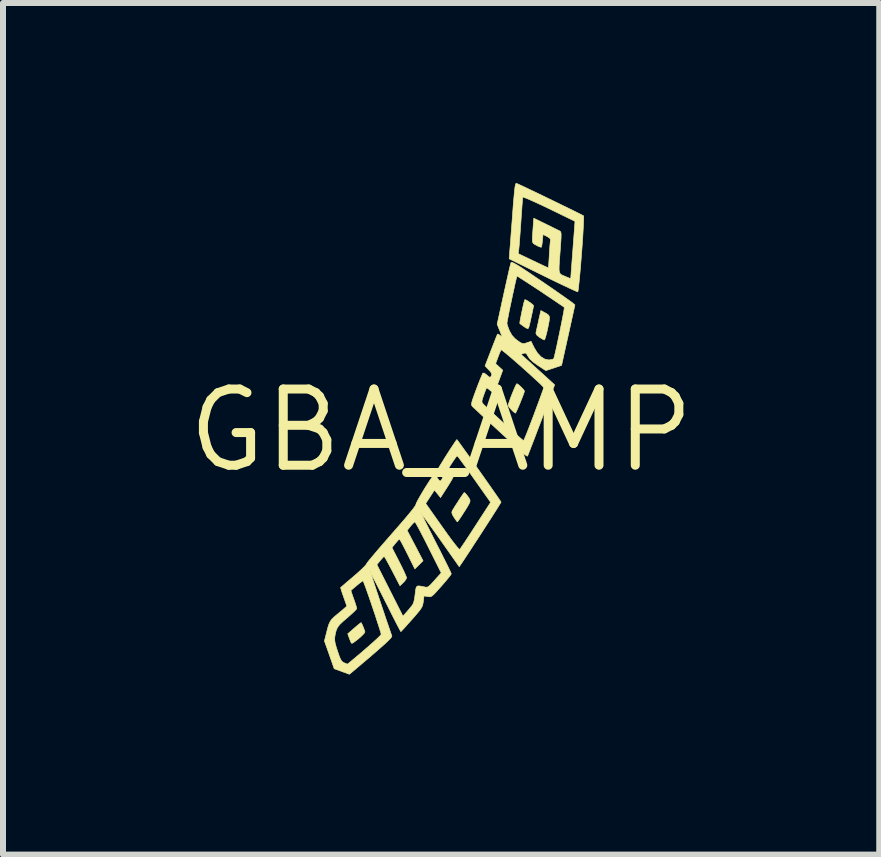
<source format=kicad_pcb>
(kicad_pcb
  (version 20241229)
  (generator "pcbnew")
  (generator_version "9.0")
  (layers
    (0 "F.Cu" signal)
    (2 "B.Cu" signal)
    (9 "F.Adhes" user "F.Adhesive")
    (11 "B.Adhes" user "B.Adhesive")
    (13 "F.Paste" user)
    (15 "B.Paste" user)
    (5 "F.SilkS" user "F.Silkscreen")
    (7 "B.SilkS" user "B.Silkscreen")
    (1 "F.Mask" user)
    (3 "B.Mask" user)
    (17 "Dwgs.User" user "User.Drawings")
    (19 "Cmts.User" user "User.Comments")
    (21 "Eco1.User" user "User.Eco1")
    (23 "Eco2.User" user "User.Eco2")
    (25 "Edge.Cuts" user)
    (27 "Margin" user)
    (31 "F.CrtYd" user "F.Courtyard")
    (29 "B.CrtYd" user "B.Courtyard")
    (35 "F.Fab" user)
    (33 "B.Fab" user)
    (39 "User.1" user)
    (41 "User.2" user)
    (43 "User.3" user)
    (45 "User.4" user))
  (footprint "GBA_AMP"
    (layer "F.Cu")
    (at 4.301 4.123)
    (property "Reference" "GBA_AMP" (at 0 0 0) (layer "F.SilkS") (effects (font (size 1.27 1.27) (thickness 0.15))))
    (attr through_hole)
    (fp_poly (pts (xy -1.316 3.234) (xy -1.297 3.279) (xy -1.28 3.323) (xy -1.27 3.354) (xy -1.27 3.358) (xy -1.282 3.38) (xy -1.314 3.414) (xy -1.349 3.447) (xy -1.411 3.498) (xy -1.452 3.529) (xy -1.477 3.545) (xy -1.491 3.547) (xy -1.498 3.54) (xy -1.509 3.515) (xy -1.526 3.472) (xy -1.532 3.456) (xy -1.556 3.389) (xy -1.446 3.293) (xy -1.396 3.25) (xy -1.357 3.219) (xy -1.335 3.203) (xy -1.332 3.203) (xy -1.316 3.234)) (stroke (width 0.01) (type solid)) (fill yes) (layer "F.SilkS"))
    (fp_poly (pts (xy 1.707 -1.974) (xy 1.754 -1.949) (xy 1.784 -1.928) (xy 1.801 -1.905) (xy 1.806 -1.871) (xy 1.8 -1.821) (xy 1.786 -1.748) (xy 1.777 -1.704) (xy 1.76 -1.628) (xy 1.743 -1.565) (xy 1.729 -1.523) (xy 1.719 -1.508) (xy 1.719 -1.508) (xy 1.696 -1.518) (xy 1.657 -1.541) (xy 1.637 -1.553) (xy 1.595 -1.588) (xy 1.58 -1.617) (xy 1.581 -1.633) (xy 1.588 -1.664) (xy 1.6 -1.719) (xy 1.616 -1.789) (xy 1.625 -1.833) (xy 1.662 -1.998) (xy 1.707 -1.974)) (stroke (width 0.01) (type solid)) (fill yes) (layer "F.SilkS"))
    (fp_poly (pts (xy 1.283 -0.768) (xy 1.316 -0.74) (xy 1.351 -0.706) (xy 1.378 -0.674) (xy 1.389 -0.656) (xy 1.383 -0.633) (xy 1.367 -0.588) (xy 1.344 -0.529) (xy 1.318 -0.463) (xy 1.291 -0.399) (xy 1.267 -0.343) (xy 1.248 -0.303) (xy 1.238 -0.288) (xy 1.238 -0.288) (xy 1.22 -0.299) (xy 1.188 -0.327) (xy 1.172 -0.344) (xy 1.139 -0.38) (xy 1.12 -0.409) (xy 1.117 -0.416) (xy 1.123 -0.444) (xy 1.139 -0.492) (xy 1.161 -0.553) (xy 1.187 -0.619) (xy 1.213 -0.682) (xy 1.236 -0.735) (xy 1.254 -0.769) (xy 1.262 -0.779) (xy 1.283 -0.768)) (stroke (width 0.01) (type solid)) (fill yes) (layer "F.SilkS"))
    (fp_poly (pts (xy 0.396 1.041) (xy 0.421 1.067) (xy 0.449 1.104) (xy 0.474 1.143) (xy 0.475 1.146) (xy 0.482 1.165) (xy 0.48 1.188) (xy 0.467 1.22) (xy 0.44 1.268) (xy 0.398 1.337) (xy 0.387 1.353) (xy 0.345 1.419) (xy 0.309 1.473) (xy 0.283 1.51) (xy 0.271 1.523) (xy 0.258 1.511) (xy 0.234 1.477) (xy 0.215 1.449) (xy 0.187 1.401) (xy 0.178 1.37) (xy 0.183 1.344) (xy 0.188 1.334) (xy 0.204 1.308) (xy 0.232 1.262) (xy 0.269 1.206) (xy 0.307 1.146) (xy 0.343 1.092) (xy 0.371 1.052) (xy 0.383 1.035) (xy 0.396 1.041)) (stroke (width 0.01) (type solid)) (fill yes) (layer "F.SilkS"))
    (fp_poly (pts (xy 1.412 -2.175) (xy 1.444 -2.157) (xy 1.483 -2.131) (xy 1.518 -2.104) (xy 1.539 -2.084) (xy 1.541 -2.08) (xy 1.537 -2.058) (xy 1.528 -2.011) (xy 1.515 -1.95) (xy 1.5 -1.882) (xy 1.486 -1.816) (xy 1.473 -1.761) (xy 1.464 -1.726) (xy 1.463 -1.723) (xy 1.453 -1.701) (xy 1.437 -1.697) (xy 1.407 -1.713) (xy 1.375 -1.734) (xy 1.338 -1.761) (xy 1.314 -1.78) (xy 1.311 -1.782) (xy 1.312 -1.8) (xy 1.318 -1.843) (xy 1.33 -1.903) (xy 1.344 -1.972) (xy 1.359 -2.042) (xy 1.373 -2.105) (xy 1.386 -2.153) (xy 1.394 -2.178) (xy 1.395 -2.179) (xy 1.412 -2.175)) (stroke (width 0.01) (type solid)) (fill yes) (layer "F.SilkS"))
    (fp_poly (pts (xy 1.275 -4.109) (xy 1.321 -4.088) (xy 1.39 -4.056) (xy 1.476 -4.015) (xy 1.575 -3.968) (xy 1.683 -3.916) (xy 1.796 -3.861) (xy 1.91 -3.806) (xy 2.02 -3.752) (xy 2.123 -3.702) (xy 2.213 -3.658) (xy 2.287 -3.621) (xy 2.341 -3.594) (xy 2.37 -3.578) (xy 2.374 -3.576) (xy 2.376 -3.556) (xy 2.375 -3.508) (xy 2.372 -3.435) (xy 2.367 -3.343) (xy 2.361 -3.235) (xy 2.353 -3.116) (xy 2.344 -2.991) (xy 2.334 -2.864) (xy 2.324 -2.74) (xy 2.314 -2.624) (xy 2.304 -2.519) (xy 2.295 -2.431) (xy 2.288 -2.364) (xy 2.281 -2.322) (xy 2.277 -2.31) (xy 2.259 -2.316) (xy 2.213 -2.336) (xy 2.145 -2.367) (xy 2.056 -2.409) (xy 1.951 -2.459) (xy 1.833 -2.516) (xy 1.705 -2.579) (xy 1.697 -2.583) (xy 1.134 -2.86) (xy 1.141 -2.946) (xy 1.285 -2.946) (xy 1.533 -2.828) (xy 1.617 -2.788) (xy 1.689 -2.754) (xy 1.745 -2.728) (xy 1.778 -2.713) (xy 1.786 -2.709) (xy 1.789 -2.725) (xy 1.793 -2.769) (xy 1.797 -2.833) (xy 1.802 -2.912) (xy 1.802 -2.925) (xy 1.808 -3.01) (xy 1.813 -3.083) (xy 1.818 -3.139) (xy 1.822 -3.169) (xy 1.822 -3.17) (xy 1.817 -3.196) (xy 1.783 -3.222) (xy 1.764 -3.233) (xy 1.698 -3.266) (xy 1.689 -3.164) (xy 1.682 -3.109) (xy 1.675 -3.068) (xy 1.67 -3.053) (xy 1.652 -3.056) (xy 1.614 -3.071) (xy 1.589 -3.085) (xy 1.56 -3.1) (xy 1.54 -3.113) (xy 1.528 -3.129) (xy 1.521 -3.153) (xy 1.52 -3.193) (xy 1.523 -3.252) (xy 1.529 -3.336) (xy 1.533 -3.39) (xy 1.544 -3.537) (xy 1.75 -3.436) (xy 1.828 -3.398) (xy 1.896 -3.364) (xy 1.949 -3.338) (xy 1.979 -3.323) (xy 1.982 -3.321) (xy 1.991 -3.312) (xy 1.997 -3.295) (xy 2 -3.265) (xy 1.999 -3.216) (xy 1.995 -3.145) (xy 1.988 -3.045) (xy 1.987 -3.029) (xy 1.977 -2.901) (xy 1.97 -2.802) (xy 1.966 -2.728) (xy 1.966 -2.675) (xy 1.971 -2.639) (xy 1.982 -2.615) (xy 1.998 -2.599) (xy 2.021 -2.587) (xy 2.051 -2.574) (xy 2.062 -2.57) (xy 2.159 -2.528) (xy 2.187 -2.902) (xy 2.196 -3.019) (xy 2.204 -3.13) (xy 2.212 -3.231) (xy 2.218 -3.313) (xy 2.222 -3.369) (xy 2.223 -3.381) (xy 2.231 -3.485) (xy 1.797 -3.696) (xy 1.686 -3.749) (xy 1.585 -3.796) (xy 1.498 -3.835) (xy 1.429 -3.865) (xy 1.382 -3.883) (xy 1.361 -3.889) (xy 1.36 -3.888) (xy 1.358 -3.866) (xy 1.354 -3.816) (xy 1.348 -3.742) (xy 1.342 -3.649) (xy 1.334 -3.542) (xy 1.33 -3.48) (xy 1.322 -3.364) (xy 1.314 -3.255) (xy 1.307 -3.159) (xy 1.301 -3.083) (xy 1.296 -3.032) (xy 1.294 -3.018) (xy 1.285 -2.946) (xy 1.141 -2.946) (xy 1.144 -2.992) (xy 1.148 -3.044) (xy 1.155 -3.123) (xy 1.162 -3.225) (xy 1.171 -3.343) (xy 1.181 -3.472) (xy 1.191 -3.606) (xy 1.192 -3.624) (xy 1.203 -3.77) (xy 1.213 -3.885) (xy 1.221 -3.973) (xy 1.228 -4.037) (xy 1.235 -4.08) (xy 1.242 -4.106) (xy 1.249 -4.117) (xy 1.254 -4.118) (xy 1.275 -4.109)) (stroke (width 0.01) (type solid)) (fill yes) (layer "F.SilkS"))
    (fp_poly (pts (xy 1.188 -2.799) (xy 1.216 -2.786) (xy 1.258 -2.762) (xy 1.317 -2.726) (xy 1.396 -2.674) (xy 1.496 -2.607) (xy 1.621 -2.522) (xy 1.653 -2.501) (xy 1.768 -2.422) (xy 1.876 -2.348) (xy 1.973 -2.28) (xy 2.056 -2.222) (xy 2.121 -2.176) (xy 2.164 -2.145) (xy 2.18 -2.134) (xy 2.23 -2.091) (xy 2.119 -1.588) (xy 2.007 -1.084) (xy 1.876 -1.04) (xy 1.745 -0.997) (xy 1.613 -1.083) (xy 1.531 -1.142) (xy 1.476 -1.194) (xy 1.448 -1.235) (xy 1.425 -1.275) (xy 1.405 -1.29) (xy 1.38 -1.287) (xy 1.372 -1.284) (xy 1.329 -1.268) (xy 1.38 -1.224) (xy 1.409 -1.198) (xy 1.458 -1.155) (xy 1.521 -1.098) (xy 1.594 -1.031) (xy 1.662 -0.97) (xy 1.892 -0.76) (xy 1.67 -0.169) (xy 1.619 -0.036) (xy 1.572 0.088) (xy 1.53 0.198) (xy 1.494 0.29) (xy 1.466 0.362) (xy 1.448 0.409) (xy 1.439 0.429) (xy 1.439 0.429) (xy 1.423 0.423) (xy 1.39 0.399) (xy 1.353 0.367) (xy 1.285 0.305) (xy 1.205 0.232) (xy 1.116 0.151) (xy 1.023 0.066) (xy 0.928 -0.022) (xy 0.835 -0.107) (xy 0.748 -0.188) (xy 0.67 -0.26) (xy 0.605 -0.321) (xy 0.556 -0.367) (xy 0.527 -0.394) (xy 0.521 -0.401) (xy 0.511 -0.414) (xy 0.506 -0.431) (xy 0.508 -0.455) (xy 0.517 -0.493) (xy 0.518 -0.495) (xy 0.681 -0.495) (xy 0.681 -0.471) (xy 0.692 -0.452) (xy 0.704 -0.438) (xy 0.727 -0.415) (xy 0.77 -0.374) (xy 0.828 -0.32) (xy 0.897 -0.256) (xy 0.973 -0.186) (xy 1.053 -0.113) (xy 1.132 -0.042) (xy 1.206 0.025) (xy 1.271 0.083) (xy 1.323 0.129) (xy 1.359 0.159) (xy 1.374 0.169) (xy 1.382 0.154) (xy 1.401 0.111) (xy 1.428 0.045) (xy 1.462 -0.042) (xy 1.501 -0.143) (xy 1.544 -0.256) (xy 1.548 -0.267) (xy 1.59 -0.381) (xy 1.629 -0.485) (xy 1.662 -0.575) (xy 1.687 -0.645) (xy 1.704 -0.692) (xy 1.71 -0.713) (xy 1.711 -0.713) (xy 1.698 -0.729) (xy 1.665 -0.763) (xy 1.614 -0.812) (xy 1.549 -0.871) (xy 1.475 -0.939) (xy 1.395 -1.011) (xy 1.313 -1.084) (xy 1.233 -1.154) (xy 1.159 -1.218) (xy 1.095 -1.272) (xy 1.044 -1.314) (xy 1.011 -1.338) (xy 1 -1.344) (xy 0.988 -1.321) (xy 0.969 -1.277) (xy 0.948 -1.221) (xy 0.908 -1.113) (xy 1.027 -1.004) (xy 0.958 -0.815) (xy 0.93 -0.742) (xy 0.906 -0.682) (xy 0.887 -0.641) (xy 0.878 -0.627) (xy 0.858 -0.636) (xy 0.825 -0.661) (xy 0.816 -0.669) (xy 0.782 -0.696) (xy 0.761 -0.71) (xy 0.759 -0.711) (xy 0.751 -0.696) (xy 0.735 -0.658) (xy 0.715 -0.602) (xy 0.711 -0.593) (xy 0.691 -0.533) (xy 0.681 -0.495) (xy 0.518 -0.495) (xy 0.536 -0.548) (xy 0.565 -0.627) (xy 0.587 -0.687) (xy 0.62 -0.774) (xy 0.65 -0.85) (xy 0.675 -0.91) (xy 0.691 -0.947) (xy 0.696 -0.956) (xy 0.717 -0.956) (xy 0.752 -0.932) (xy 0.763 -0.922) (xy 0.797 -0.893) (xy 0.817 -0.886) (xy 0.83 -0.898) (xy 0.844 -0.926) (xy 0.84 -0.952) (xy 0.817 -0.986) (xy 0.789 -1.015) (xy 0.732 -1.075) (xy 0.833 -1.337) (xy 0.867 -1.425) (xy 0.897 -1.501) (xy 0.92 -1.56) (xy 0.936 -1.597) (xy 0.941 -1.607) (xy 0.957 -1.602) (xy 0.985 -1.582) (xy 1.01 -1.56) (xy 1.016 -1.562) (xy 1.008 -1.583) (xy 0.994 -1.619) (xy 0.974 -1.671) (xy 0.964 -1.694) (xy 0.934 -1.771) (xy 0.937 -1.786) (xy 1.097 -1.786) (xy 1.104 -1.753) (xy 1.122 -1.702) (xy 1.14 -1.658) (xy 1.181 -1.585) (xy 1.234 -1.528) (xy 1.27 -1.5) (xy 1.318 -1.466) (xy 1.351 -1.45) (xy 1.379 -1.447) (xy 1.413 -1.456) (xy 1.428 -1.461) (xy 1.499 -1.485) (xy 1.549 -1.382) (xy 1.603 -1.294) (xy 1.665 -1.227) (xy 1.731 -1.187) (xy 1.796 -1.175) (xy 1.811 -1.177) (xy 1.851 -1.185) (xy 1.874 -1.191) (xy 1.875 -1.192) (xy 1.881 -1.211) (xy 1.893 -1.257) (xy 1.909 -1.326) (xy 1.928 -1.411) (xy 1.948 -1.507) (xy 1.97 -1.61) (xy 1.991 -1.713) (xy 2.011 -1.811) (xy 2.028 -1.899) (xy 2.042 -1.972) (xy 2.05 -2.023) (xy 2.053 -2.049) (xy 2.053 -2.05) (xy 2.03 -2.068) (xy 1.984 -2.099) (xy 1.921 -2.142) (xy 1.844 -2.194) (xy 1.758 -2.251) (xy 1.668 -2.312) (xy 1.577 -2.372) (xy 1.49 -2.429) (xy 1.411 -2.48) (xy 1.345 -2.523) (xy 1.296 -2.554) (xy 1.269 -2.571) (xy 1.264 -2.572) (xy 1.258 -2.553) (xy 1.247 -2.507) (xy 1.231 -2.439) (xy 1.213 -2.354) (xy 1.192 -2.26) (xy 1.171 -2.16) (xy 1.15 -2.062) (xy 1.131 -1.97) (xy 1.116 -1.891) (xy 1.104 -1.831) (xy 1.098 -1.794) (xy 1.097 -1.786) (xy 0.937 -1.786) (xy 1.043 -2.27) (xy 1.071 -2.396) (xy 1.097 -2.513) (xy 1.12 -2.615) (xy 1.139 -2.699) (xy 1.154 -2.759) (xy 1.163 -2.793) (xy 1.164 -2.797) (xy 1.172 -2.802) (xy 1.188 -2.799)) (stroke (width 0.01) (type solid)) (fill yes) (layer "F.SilkS"))
    (fp_poly (pts (xy 0.273 0.166) (xy 0.301 0.203) (xy 0.343 0.261) (xy 0.396 0.335) (xy 0.459 0.422) (xy 0.527 0.519) (xy 0.6 0.621) (xy 0.673 0.725) (xy 0.745 0.827) (xy 0.813 0.924) (xy 0.874 1.011) (xy 0.926 1.086) (xy 0.966 1.144) (xy 0.991 1.181) (xy 0.999 1.195) (xy 0.99 1.21) (xy 0.965 1.251) (xy 0.927 1.312) (xy 0.878 1.389) (xy 0.82 1.48) (xy 0.756 1.579) (xy 0.689 1.683) (xy 0.621 1.788) (xy 0.554 1.89) (xy 0.492 1.986) (xy 0.436 2.071) (xy 0.39 2.141) (xy 0.369 2.173) (xy 0.302 2.271) (xy 0.239 2.181) (xy 0.105 1.991) (xy -0.009 1.829) (xy -0.105 1.694) (xy -0.183 1.585) (xy -0.243 1.502) (xy -0.285 1.445) (xy -0.309 1.413) (xy -0.317 1.405) (xy -0.311 1.42) (xy -0.292 1.461) (xy -0.261 1.525) (xy -0.219 1.608) (xy -0.169 1.708) (xy -0.113 1.819) (xy -0.078 1.888) (xy -0.017 2.006) (xy 0.037 2.115) (xy 0.085 2.21) (xy 0.124 2.289) (xy 0.152 2.348) (xy 0.167 2.382) (xy 0.169 2.389) (xy 0.159 2.408) (xy 0.129 2.447) (xy 0.085 2.501) (xy 0.03 2.565) (xy 0.005 2.593) (xy -0.059 2.665) (xy -0.105 2.716) (xy -0.138 2.748) (xy -0.163 2.765) (xy -0.184 2.772) (xy -0.206 2.771) (xy -0.222 2.768) (xy -0.285 2.758) (xy -0.297 2.853) (xy -0.303 2.89) (xy -0.311 2.922) (xy -0.327 2.954) (xy -0.352 2.992) (xy -0.391 3.04) (xy -0.447 3.106) (xy -0.487 3.151) (xy -0.548 3.219) (xy -0.6 3.278) (xy -0.641 3.322) (xy -0.666 3.348) (xy -0.671 3.353) (xy -0.68 3.338) (xy -0.702 3.297) (xy -0.736 3.233) (xy -0.779 3.149) (xy -0.83 3.049) (xy -0.886 2.936) (xy -0.922 2.866) (xy -0.981 2.749) (xy -1.035 2.642) (xy -1.082 2.55) (xy -1.121 2.475) (xy -1.149 2.422) (xy -1.165 2.394) (xy -1.167 2.39) (xy -1.162 2.407) (xy -1.148 2.452) (xy -1.126 2.519) (xy -1.098 2.605) (xy -1.065 2.704) (xy -1.029 2.812) (xy -0.992 2.923) (xy -0.954 3.035) (xy -0.919 3.141) (xy -0.886 3.236) (xy -0.858 3.318) (xy -0.837 3.38) (xy -0.823 3.418) (xy -0.821 3.423) (xy -0.824 3.438) (xy -0.841 3.462) (xy -0.876 3.498) (xy -0.929 3.549) (xy -1.003 3.615) (xy -1.1 3.7) (xy -1.167 3.758) (xy -1.26 3.837) (xy -1.345 3.909) (xy -1.417 3.97) (xy -1.474 4.018) (xy -1.512 4.05) (xy -1.528 4.063) (xy -1.528 4.063) (xy -1.545 4.057) (xy -1.586 4.042) (xy -1.642 4.022) (xy -1.657 4.016) (xy -1.782 3.971) (xy -1.863 3.739) (xy -1.945 3.508) (xy -1.939 3.486) (xy -1.774 3.486) (xy -1.767 3.539) (xy -1.748 3.61) (xy -1.726 3.678) (xy -1.699 3.756) (xy -1.678 3.808) (xy -1.659 3.84) (xy -1.638 3.86) (xy -1.618 3.871) (xy -1.581 3.886) (xy -1.561 3.894) (xy -1.561 3.894) (xy -1.547 3.884) (xy -1.511 3.854) (xy -1.457 3.809) (xy -1.389 3.752) (xy -1.31 3.685) (xy -1.277 3.656) (xy -1.195 3.585) (xy -1.123 3.521) (xy -1.064 3.467) (xy -1.022 3.426) (xy -1.001 3.402) (xy -0.999 3.398) (xy -1.004 3.375) (xy -1.019 3.326) (xy -1.041 3.256) (xy -1.069 3.17) (xy -1.1 3.073) (xy -1.135 2.971) (xy -1.17 2.867) (xy -1.204 2.768) (xy -1.236 2.678) (xy -1.263 2.602) (xy -1.285 2.545) (xy -1.298 2.512) (xy -1.302 2.506) (xy -1.321 2.517) (xy -1.361 2.547) (xy -1.418 2.594) (xy -1.489 2.654) (xy -1.503 2.666) (xy -1.499 2.682) (xy -1.486 2.723) (xy -1.466 2.781) (xy -1.456 2.808) (xy -1.433 2.874) (xy -1.416 2.928) (xy -1.407 2.962) (xy -1.406 2.968) (xy -1.418 2.986) (xy -1.452 3.021) (xy -1.502 3.067) (xy -1.563 3.121) (xy -1.567 3.124) (xy -1.639 3.186) (xy -1.69 3.235) (xy -1.724 3.279) (xy -1.746 3.325) (xy -1.761 3.38) (xy -1.772 3.443) (xy -1.774 3.486) (xy -1.939 3.486) (xy -1.911 3.375) (xy -1.889 3.288) (xy -1.869 3.226) (xy -1.847 3.18) (xy -1.82 3.144) (xy -1.782 3.107) (xy -1.756 3.085) (xy -1.702 3.04) (xy -1.65 2.997) (xy -1.619 2.97) (xy -1.571 2.928) (xy -1.625 2.775) (xy -1.648 2.709) (xy -1.665 2.656) (xy -1.674 2.624) (xy -1.674 2.617) (xy -1.66 2.605) (xy -1.624 2.574) (xy -1.572 2.529) (xy -1.507 2.474) (xy -1.456 2.431) (xy -1.385 2.369) (xy -1.378 2.362) (xy -1.185 2.362) (xy -1.177 2.371) (xy -1.168 2.362) (xy -1.177 2.354) (xy -1.185 2.362) (xy -1.378 2.362) (xy -1.324 2.313) (xy -1.278 2.267) (xy -1.251 2.237) (xy -1.07 2.237) (xy -0.853 2.666) (xy -0.636 3.095) (xy -0.568 3.018) (xy -0.526 2.969) (xy -0.489 2.923) (xy -0.472 2.9) (xy -0.456 2.861) (xy -0.442 2.798) (xy -0.433 2.725) (xy -0.425 2.654) (xy -0.414 2.611) (xy -0.393 2.592) (xy -0.355 2.592) (xy -0.294 2.604) (xy -0.284 2.606) (xy -0.254 2.612) (xy -0.23 2.611) (xy -0.207 2.598) (xy -0.176 2.571) (xy -0.132 2.523) (xy -0.109 2.497) (xy 0.002 2.374) (xy -0.211 1.949) (xy -0.266 1.839) (xy -0.318 1.739) (xy -0.362 1.654) (xy -0.398 1.588) (xy -0.424 1.543) (xy -0.437 1.524) (xy -0.437 1.524) (xy -0.455 1.536) (xy -0.485 1.567) (xy -0.509 1.595) (xy -0.566 1.666) (xy -0.433 1.919) (xy -0.301 2.172) (xy -0.369 2.24) (xy -0.438 2.308) (xy -0.561 2.06) (xy -0.603 1.977) (xy -0.64 1.906) (xy -0.669 1.851) (xy -0.689 1.819) (xy -0.695 1.812) (xy -0.711 1.824) (xy -0.739 1.855) (xy -0.762 1.882) (xy -0.819 1.953) (xy -0.697 2.191) (xy -0.655 2.275) (xy -0.619 2.349) (xy -0.593 2.408) (xy -0.578 2.446) (xy -0.575 2.456) (xy -0.587 2.483) (xy -0.616 2.521) (xy -0.631 2.536) (xy -0.686 2.589) (xy -0.813 2.344) (xy -0.856 2.262) (xy -0.894 2.192) (xy -0.924 2.138) (xy -0.944 2.106) (xy -0.949 2.1) (xy -0.965 2.112) (xy -0.993 2.143) (xy -1.015 2.168) (xy -1.07 2.237) (xy -1.251 2.237) (xy -1.25 2.237) (xy -1.244 2.226) (xy -1.234 2.208) (xy -1.203 2.168) (xy -1.154 2.109) (xy -1.09 2.033) (xy -1.014 1.944) (xy -0.928 1.845) (xy -0.834 1.738) (xy -0.83 1.733) (xy -0.706 1.591) (xy -0.604 1.473) (xy -0.526 1.38) (xy -0.339 1.38) (xy -0.33 1.389) (xy -0.322 1.38) (xy -0.33 1.372) (xy -0.339 1.38) (xy -0.526 1.38) (xy -0.524 1.377) (xy -0.466 1.305) (xy -0.432 1.257) (xy -0.42 1.233) (xy -0.42 1.233) (xy -0.415 1.217) (xy -0.257 1.217) (xy 0.019 1.608) (xy 0.109 1.734) (xy 0.183 1.835) (xy 0.241 1.91) (xy 0.282 1.96) (xy 0.306 1.981) (xy 0.311 1.982) (xy 0.324 1.964) (xy 0.353 1.921) (xy 0.396 1.858) (xy 0.449 1.777) (xy 0.51 1.684) (xy 0.576 1.582) (xy 0.576 1.582) (xy 0.825 1.198) (xy 0.552 0.811) (xy 0.481 0.711) (xy 0.416 0.62) (xy 0.36 0.543) (xy 0.315 0.482) (xy 0.284 0.441) (xy 0.269 0.424) (xy 0.269 0.424) (xy 0.261 0.429) (xy 0.246 0.446) (xy 0.222 0.48) (xy 0.185 0.535) (xy 0.147 0.594) (xy 0.131 0.623) (xy 0.131 0.647) (xy 0.149 0.678) (xy 0.161 0.694) (xy 0.187 0.734) (xy 0.202 0.764) (xy 0.203 0.77) (xy 0.194 0.791) (xy 0.171 0.833) (xy 0.136 0.891) (xy 0.097 0.953) (xy -0.01 1.119) (xy -0.111 0.994) (xy -0.184 1.106) (xy -0.257 1.217) (xy -0.415 1.217) (xy -0.413 1.211) (xy -0.391 1.167) (xy -0.357 1.106) (xy -0.316 1.036) (xy -0.271 0.961) (xy -0.225 0.889) (xy -0.183 0.824) (xy -0.147 0.774) (xy -0.127 0.748) (xy -0.11 0.74) (xy -0.09 0.754) (xy -0.066 0.786) (xy -0.037 0.828) (xy -0.018 0.843) (xy -0.002 0.834) (xy 0.014 0.811) (xy 0.025 0.785) (xy 0.019 0.759) (xy -0.007 0.72) (xy -0.007 0.719) (xy -0.035 0.68) (xy -0.05 0.65) (xy -0.051 0.645) (xy -0.042 0.627) (xy -0.019 0.586) (xy 0.016 0.53) (xy 0.057 0.462) (xy 0.103 0.39) (xy 0.149 0.318) (xy 0.192 0.253) (xy 0.227 0.2) (xy 0.252 0.164) (xy 0.263 0.152) (xy 0.273 0.166)) (stroke (width 0.01) (type solid)) (fill yes) (layer "F.SilkS")))
  (gr_rect
    (start -3 -3)
    (end 11.602 11.191)
    (stroke (width 0.1) (type default))
    (fill no)
    (layer "Edge.Cuts")))
</source>
